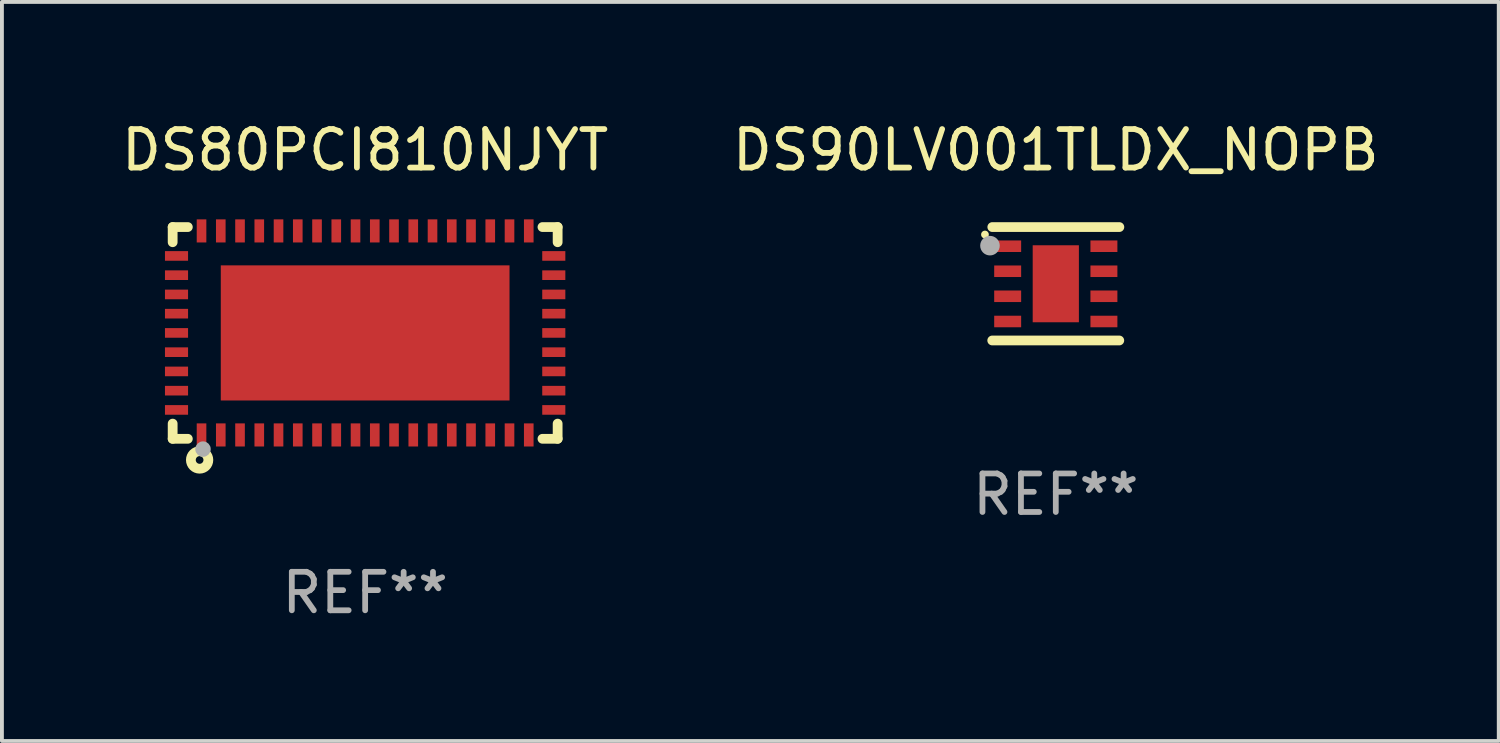
<source format=kicad_pcb>
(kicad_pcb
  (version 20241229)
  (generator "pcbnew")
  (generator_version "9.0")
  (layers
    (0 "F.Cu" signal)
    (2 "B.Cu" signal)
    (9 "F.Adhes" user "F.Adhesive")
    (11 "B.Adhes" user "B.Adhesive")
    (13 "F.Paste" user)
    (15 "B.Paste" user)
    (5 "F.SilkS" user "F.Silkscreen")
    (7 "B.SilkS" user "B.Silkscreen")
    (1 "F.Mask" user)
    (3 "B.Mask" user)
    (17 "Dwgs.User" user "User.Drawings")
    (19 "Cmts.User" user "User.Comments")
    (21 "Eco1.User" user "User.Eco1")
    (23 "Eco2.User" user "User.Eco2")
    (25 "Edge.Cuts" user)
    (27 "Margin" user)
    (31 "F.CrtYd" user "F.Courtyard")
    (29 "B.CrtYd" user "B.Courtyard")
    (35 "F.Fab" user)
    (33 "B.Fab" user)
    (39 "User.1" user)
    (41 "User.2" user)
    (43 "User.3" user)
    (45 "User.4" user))
  (footprint "DS80PCI810NJYT"
    (layer "F.Cu")
    (at 6.435 5.598)
    (property "Reference" "DS80PCI810NJYT" (at 0 -4.75 0) (layer "F.SilkS") (effects (font (size 1 1) (thickness 0.15))))
    (attr through_hole)
    (fp_line (start -5 -2.75) (end -4.606 -2.75) (stroke (width 0.254) (type solid)) (layer "F.SilkS"))
    (fp_line (start -5 -2.356) (end -5 -2.75) (stroke (width 0.254) (type solid)) (layer "F.SilkS"))
    (fp_line (start -5 2.75) (end -5 2.356) (stroke (width 0.254) (type solid)) (layer "F.SilkS"))
    (fp_line (start -4.606 2.75) (end -5 2.75) (stroke (width 0.254) (type solid)) (layer "F.SilkS"))
    (fp_line (start 4.606 -2.75) (end 5 -2.75) (stroke (width 0.254) (type solid)) (layer "F.SilkS"))
    (fp_line (start 5 -2.75) (end 5 -2.356) (stroke (width 0.254) (type solid)) (layer "F.SilkS"))
    (fp_line (start 5 2.356) (end 5 2.75) (stroke (width 0.254) (type solid)) (layer "F.SilkS"))
    (fp_line (start 5 2.75) (end 4.606 2.75) (stroke (width 0.254) (type solid)) (layer "F.SilkS"))
    (fp_circle (center -5 2.75) (end -4.97 2.75) (stroke (width 0.06) (type solid)) (fill no) (layer "F.SilkS"))
    (fp_circle (center -4.3 3.3) (end -4.2 3.3) (stroke (width 0.254) (type solid)) (fill no) (layer "F.SilkS"))
    (fp_circle (center -4.212 3.018) (end -4.111 3.018) (stroke (width 0.2) (type solid)) (fill no) (layer "F.Fab"))
    (fp_text user "REF**" (at 0 6.75 0) (layer "F.Fab") (effects (font (size 1 1) (thickness 0.15))))
    (pad "1" smd rect (at -4.25 2.65 270) (size 0.6 0.25) (layers "F.Cu" "F.Mask" "F.Paste"))
    (pad "2" smd rect (at -3.75 2.65 270) (size 0.6 0.25) (layers "F.Cu" "F.Mask" "F.Paste"))
    (pad "3" smd rect (at -3.25 2.65 270) (size 0.6 0.25) (layers "F.Cu" "F.Mask" "F.Paste"))
    (pad "4" smd rect (at -2.75 2.65 270) (size 0.6 0.25) (layers "F.Cu" "F.Mask" "F.Paste"))
    (pad "5" smd rect (at -2.25 2.65 270) (size 0.6 0.25) (layers "F.Cu" "F.Mask" "F.Paste"))
    (pad "6" smd rect (at -1.75 2.65 270) (size 0.6 0.25) (layers "F.Cu" "F.Mask" "F.Paste"))
    (pad "7" smd rect (at -1.25 2.65 270) (size 0.6 0.25) (layers "F.Cu" "F.Mask" "F.Paste"))
    (pad "8" smd rect (at -0.75 2.65 270) (size 0.6 0.25) (layers "F.Cu" "F.Mask" "F.Paste"))
    (pad "9" smd rect (at -0.25 2.65 270) (size 0.6 0.25) (layers "F.Cu" "F.Mask" "F.Paste"))
    (pad "10" smd rect (at 0.25 2.65 270) (size 0.6 0.25) (layers "F.Cu" "F.Mask" "F.Paste"))
    (pad "11" smd rect (at 0.75 2.65 270) (size 0.6 0.25) (layers "F.Cu" "F.Mask" "F.Paste"))
    (pad "12" smd rect (at 1.25 2.65 270) (size 0.6 0.25) (layers "F.Cu" "F.Mask" "F.Paste"))
    (pad "13" smd rect (at 1.75 2.65 270) (size 0.6 0.25) (layers "F.Cu" "F.Mask" "F.Paste"))
    (pad "14" smd rect (at 2.25 2.65 270) (size 0.6 0.25) (layers "F.Cu" "F.Mask" "F.Paste"))
    (pad "15" smd rect (at 2.75 2.65 270) (size 0.6 0.25) (layers "F.Cu" "F.Mask" "F.Paste"))
    (pad "16" smd rect (at 3.25 2.65 270) (size 0.6 0.25) (layers "F.Cu" "F.Mask" "F.Paste"))
    (pad "17" smd rect (at 3.75 2.65 270) (size 0.6 0.25) (layers "F.Cu" "F.Mask" "F.Paste"))
    (pad "18" smd rect (at 4.25 2.65 270) (size 0.6 0.25) (layers "F.Cu" "F.Mask" "F.Paste"))
    (pad "19" smd rect (at 4.9 2 270) (size 0.25 0.6) (layers "F.Cu" "F.Mask" "F.Paste"))
    (pad "20" smd rect (at 4.9 1.5 270) (size 0.25 0.6) (layers "F.Cu" "F.Mask" "F.Paste"))
    (pad "21" smd rect (at 4.9 1 270) (size 0.25 0.6) (layers "F.Cu" "F.Mask" "F.Paste"))
    (pad "22" smd rect (at 4.9 0.5 270) (size 0.25 0.6) (layers "F.Cu" "F.Mask" "F.Paste"))
    (pad "23" smd rect (at 4.9 -0.000076 270) (size 0.25 0.6) (layers "F.Cu" "F.Mask" "F.Paste"))
    (pad "24" smd rect (at 4.9 -0.5 270) (size 0.25 0.6) (layers "F.Cu" "F.Mask" "F.Paste"))
    (pad "25" smd rect (at 4.9 -1 270) (size 0.25 0.6) (layers "F.Cu" "F.Mask" "F.Paste"))
    (pad "26" smd rect (at 4.9 -1.5 270) (size 0.25 0.6) (layers "F.Cu" "F.Mask" "F.Paste"))
    (pad "27" smd rect (at 4.9 -2 270) (size 0.25 0.6) (layers "F.Cu" "F.Mask" "F.Paste"))
    (pad "28" smd rect (at 4.25 -2.65 270) (size 0.6 0.25) (layers "F.Cu" "F.Mask" "F.Paste"))
    (pad "29" smd rect (at 3.75 -2.65 270) (size 0.6 0.25) (layers "F.Cu" "F.Mask" "F.Paste"))
    (pad "30" smd rect (at 3.25 -2.65 270) (size 0.6 0.25) (layers "F.Cu" "F.Mask" "F.Paste"))
    (pad "31" smd rect (at 2.75 -2.65 270) (size 0.6 0.25) (layers "F.Cu" "F.Mask" "F.Paste"))
    (pad "32" smd rect (at 2.25 -2.65 270) (size 0.6 0.25) (layers "F.Cu" "F.Mask" "F.Paste"))
    (pad "33" smd rect (at 1.75 -2.65 270) (size 0.6 0.25) (layers "F.Cu" "F.Mask" "F.Paste"))
    (pad "34" smd rect (at 1.25 -2.65 270) (size 0.6 0.25) (layers "F.Cu" "F.Mask" "F.Paste"))
    (pad "35" smd rect (at 0.75 -2.65 270) (size 0.6 0.25) (layers "F.Cu" "F.Mask" "F.Paste"))
    (pad "36" smd rect (at 0.25 -2.65 270) (size 0.6 0.25) (layers "F.Cu" "F.Mask" "F.Paste"))
    (pad "37" smd rect (at -0.25 -2.65 270) (size 0.6 0.25) (layers "F.Cu" "F.Mask" "F.Paste"))
    (pad "38" smd rect (at -0.75 -2.65 270) (size 0.6 0.25) (layers "F.Cu" "F.Mask" "F.Paste"))
    (pad "39" smd rect (at -1.25 -2.65 270) (size 0.6 0.25) (layers "F.Cu" "F.Mask" "F.Paste"))
    (pad "40" smd rect (at -1.75 -2.65 270) (size 0.6 0.25) (layers "F.Cu" "F.Mask" "F.Paste"))
    (pad "41" smd rect (at -2.25 -2.65 270) (size 0.6 0.25) (layers "F.Cu" "F.Mask" "F.Paste"))
    (pad "42" smd rect (at -2.75 -2.65 270) (size 0.6 0.25) (layers "F.Cu" "F.Mask" "F.Paste"))
    (pad "43" smd rect (at -3.25 -2.65 270) (size 0.6 0.25) (layers "F.Cu" "F.Mask" "F.Paste"))
    (pad "44" smd rect (at -3.75 -2.65 270) (size 0.6 0.25) (layers "F.Cu" "F.Mask" "F.Paste"))
    (pad "45" smd rect (at -4.25 -2.65 270) (size 0.6 0.25) (layers "F.Cu" "F.Mask" "F.Paste"))
    (pad "46" smd rect (at -4.9 -2 270) (size 0.25 0.6) (layers "F.Cu" "F.Mask" "F.Paste"))
    (pad "47" smd rect (at -4.9 -1.5 270) (size 0.25 0.6) (layers "F.Cu" "F.Mask" "F.Paste"))
    (pad "48" smd rect (at -4.9 -1 270) (size 0.25 0.6) (layers "F.Cu" "F.Mask" "F.Paste"))
    (pad "49" smd rect (at -4.9 -0.5 270) (size 0.25 0.6) (layers "F.Cu" "F.Mask" "F.Paste"))
    (pad "50" smd rect (at -4.9 -0.000076 270) (size 0.25 0.6) (layers "F.Cu" "F.Mask" "F.Paste"))
    (pad "51" smd rect (at -4.9 0.5 270) (size 0.25 0.6) (layers "F.Cu" "F.Mask" "F.Paste"))
    (pad "52" smd rect (at -4.9 1 270) (size 0.25 0.6) (layers "F.Cu" "F.Mask" "F.Paste"))
    (pad "53" smd rect (at -4.9 1.5 270) (size 0.25 0.6) (layers "F.Cu" "F.Mask" "F.Paste"))
    (pad "54" smd rect (at -4.9 2 270) (size 0.25 0.6) (layers "F.Cu" "F.Mask" "F.Paste"))
    (pad "55" smd rect (at 0.000064 -0.000076 270) (size 3.51 7.5) (layers "F.Cu" "F.Mask" "F.Paste")))
  (footprint "DS90LV001TLDX_NOPB"
    (layer "F.Cu")
    (at 24.375 4.321)
    (property "Reference" "DS90LV001TLDX_NOPB" (at 0 -3.473 0) (layer "F.SilkS") (effects (font (size 1 1) (thickness 0.15))))
    (attr through_hole)
    (fp_line (start -1.649 -1.473) (end 1.651 -1.473) (stroke (width 0.254) (type solid)) (layer "F.SilkS"))
    (fp_line (start 1.649 1.473) (end -1.651 1.473) (stroke (width 0.254) (type solid)) (layer "F.SilkS"))
    (fp_arc (start -1.840005 -1.27747) (mid -1.840013 -1.27874) (end -1.840005 -1.28001) (stroke (width 0.2) (type solid)) (layer "F.SilkS"))
    (fp_circle (center -1.5 -1.5) (end -1.47 -1.5) (stroke (width 0.06) (type solid)) (fill no) (layer "F.SilkS"))
    (fp_circle (center -1.71 -0.99) (end -1.583 -0.99) (stroke (width 0.254) (type solid)) (fill no) (layer "F.Fab"))
    (fp_text user "REF**" (at 0 5.473 0) (layer "F.Fab") (effects (font (size 1 1) (thickness 0.15))))
    (pad "1" smd rect (at -1.25 -0.975 270) (size 0.3 0.7) (layers "F.Cu" "F.Mask" "F.Paste"))
    (pad "2" smd rect (at -1.25 -0.325 270) (size 0.3 0.7) (layers "F.Cu" "F.Mask" "F.Paste"))
    (pad "3" smd rect (at -1.25 0.325 270) (size 0.3 0.7) (layers "F.Cu" "F.Mask" "F.Paste"))
    (pad "4" smd rect (at -1.25 0.98 270) (size 0.3 0.7) (layers "F.Cu" "F.Mask" "F.Paste"))
    (pad "5" smd rect (at 1.25 0.98 90) (size 0.3 0.7) (layers "F.Cu" "F.Mask" "F.Paste"))
    (pad "6" smd rect (at 1.25 0.325 90) (size 0.3 0.7) (layers "F.Cu" "F.Mask" "F.Paste"))
    (pad "7" smd rect (at 1.25 -0.325 90) (size 0.3 0.7) (layers "F.Cu" "F.Mask" "F.Paste"))
    (pad "8" smd rect (at 1.25 -0.975 90) (size 0.3 0.7) (layers "F.Cu" "F.Mask" "F.Paste"))
    (pad "9" smd rect (at 0 0 270) (size 2 1.2) (layers "F.Cu" "F.Mask" "F.Paste")))
  (gr_rect
    (start -3 -3)
    (end 35.881 16.197)
    (stroke (width 0.1) (type default))
    (fill no)
    (layer "Edge.Cuts")))
</source>
